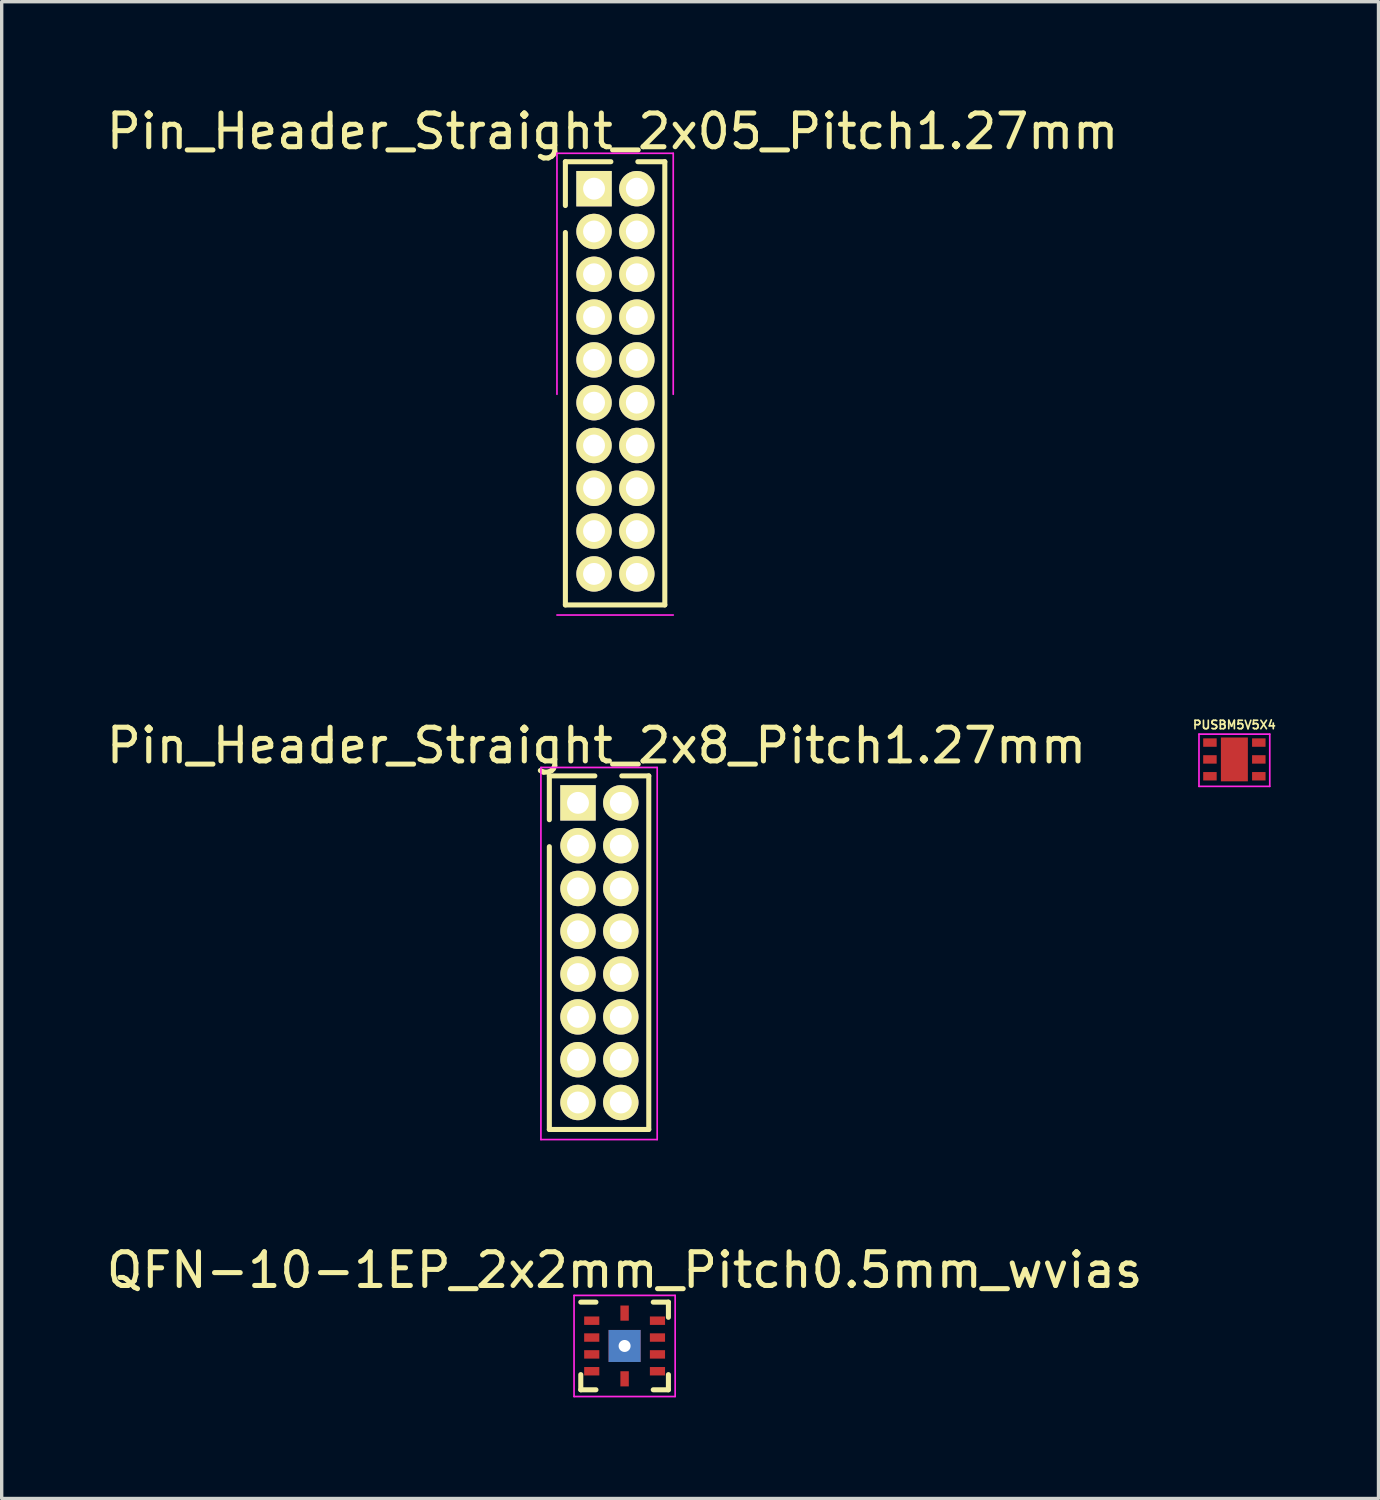
<source format=kicad_pcb>
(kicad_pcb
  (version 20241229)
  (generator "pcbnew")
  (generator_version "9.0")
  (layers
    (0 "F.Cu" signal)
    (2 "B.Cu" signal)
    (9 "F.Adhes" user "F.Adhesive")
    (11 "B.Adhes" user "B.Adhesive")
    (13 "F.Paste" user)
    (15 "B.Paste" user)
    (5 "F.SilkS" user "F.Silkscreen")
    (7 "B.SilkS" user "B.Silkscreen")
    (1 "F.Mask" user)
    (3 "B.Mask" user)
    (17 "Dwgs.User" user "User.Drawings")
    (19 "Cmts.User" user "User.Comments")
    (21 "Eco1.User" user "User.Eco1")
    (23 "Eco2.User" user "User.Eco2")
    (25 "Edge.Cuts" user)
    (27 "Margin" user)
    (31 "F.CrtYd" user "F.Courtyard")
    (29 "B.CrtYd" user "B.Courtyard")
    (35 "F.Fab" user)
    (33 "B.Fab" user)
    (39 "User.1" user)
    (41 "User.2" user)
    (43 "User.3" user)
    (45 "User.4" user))
  (footprint "PUSBM5V5X4"
    (layer "F.Cu")
    (at 33.574 19.482)
    (property "Reference" "PUSBM5V5X4" (at 0 -1.025 0) (layer "F.SilkS") (effects (font (size 0.25 0.25) (thickness 0.05))))
    (attr through_hole)
    (fp_line (start -1.05 -0.75) (end 1.05 -0.75) (stroke (width 0.05) (type solid)) (layer "F.CrtYd"))
    (fp_line (start -1.05 0.8) (end -1.05 -0.75) (stroke (width 0.05) (type solid)) (layer "F.CrtYd"))
    (fp_line (start 1.05 -0.75) (end 1.05 0.8) (stroke (width 0.05) (type solid)) (layer "F.CrtYd"))
    (fp_line (start 1.05 0.8) (end -1.05 0.8) (stroke (width 0.05) (type solid)) (layer "F.CrtYd"))
    (pad "1" smd rect (at -0.725 -0.5) (size 0.4 0.25) (layers "F.Cu" "F.Mask" "F.Paste"))
    (pad "2" smd rect (at -0.725 0) (size 0.4 0.25) (layers "F.Cu" "F.Mask" "F.Paste"))
    (pad "3" smd rect (at -0.725 0.5) (size 0.4 0.25) (layers "F.Cu" "F.Mask" "F.Paste"))
    (pad "4" smd rect (at 0.725 0.5) (size 0.4 0.25) (layers "F.Cu" "F.Mask" "F.Paste"))
    (pad "5" smd rect (at 0.725 0) (size 0.4 0.25) (layers "F.Cu" "F.Mask" "F.Paste"))
    (pad "6" smd rect (at 0.725 -0.5) (size 0.4 0.25) (layers "F.Cu" "F.Mask" "F.Paste"))
    (pad "7" smd rect (at 0 0) (size 0.8 1.3) (layers "F.Cu" "F.Mask" "F.Paste")))
  (footprint "Pin_Header_Straight_2x05_Pitch1.27mm"
    (layer "F.Cu")
    (at 14.575 2.548)
    (property "Reference" "Pin_Header_Straight_2x05_Pitch1.27mm" (at 0.55 -1.7 0) (layer "F.SilkS") (effects (font (size 1 1) (thickness 0.15))))
    (attr through_hole)
    (fp_line (start -0.85 -0.8) (end -0.85 0.5) (stroke (width 0.15) (type solid)) (layer "F.SilkS"))
    (fp_line (start -0.85 12.35) (end -0.85 1.3) (stroke (width 0.15) (type solid)) (layer "F.SilkS"))
    (fp_line (start 0.5 -0.8) (end -0.85 -0.8) (stroke (width 0.15) (type solid)) (layer "F.SilkS"))
    (fp_line (start 2.1 -0.8) (end 1.3 -0.8) (stroke (width 0.15) (type solid)) (layer "F.SilkS"))
    (fp_line (start 2.1 12.35) (end -0.85 12.35) (stroke (width 0.15) (type solid)) (layer "F.SilkS"))
    (fp_line (start 2.1 12.35) (end 2.1 -0.8) (stroke (width 0.15) (type solid)) (layer "F.SilkS"))
    (fp_line (start -1.1 -1.05) (end -1.1 6.1) (stroke (width 0.05) (type solid)) (layer "F.CrtYd"))
    (fp_line (start -1.1 -1.05) (end 2.35 -1.05) (stroke (width 0.05) (type solid)) (layer "F.CrtYd"))
    (fp_line (start -1.1 12.65) (end 2.35 12.65) (stroke (width 0.05) (type solid)) (layer "F.CrtYd"))
    (fp_line (start 2.35 -1.05) (end 2.35 6.1) (stroke (width 0.05) (type solid)) (layer "F.CrtYd"))
    (pad "1" thru_hole rect (at 0 0) (size 1.05 1.05) (drill 0.65) (layers "*.Cu" "*.Mask" "F.SilkS"))
    (pad "2" thru_hole circle (at 1.27 0) (size 1.05 1.05) (drill 0.65) (layers "*.Cu" "*.Mask" "F.SilkS"))
    (pad "3" thru_hole circle (at 0 1.27) (size 1.05 1.05) (drill 0.65) (layers "*.Cu" "*.Mask" "F.SilkS"))
    (pad "4" thru_hole circle (at 1.27 1.27) (size 1.05 1.05) (drill 0.65) (layers "*.Cu" "*.Mask" "F.SilkS"))
    (pad "5" thru_hole circle (at 0 2.54) (size 1.05 1.05) (drill 0.65) (layers "*.Cu" "*.Mask" "F.SilkS"))
    (pad "6" thru_hole circle (at 1.27 2.54) (size 1.05 1.05) (drill 0.65) (layers "*.Cu" "*.Mask" "F.SilkS"))
    (pad "7" thru_hole circle (at 0 3.81) (size 1.05 1.05) (drill 0.65) (layers "*.Cu" "*.Mask" "F.SilkS"))
    (pad "8" thru_hole circle (at 1.27 3.81) (size 1.05 1.05) (drill 0.65) (layers "*.Cu" "*.Mask" "F.SilkS"))
    (pad "9" thru_hole circle (at 0 5.08) (size 1.05 1.05) (drill 0.65) (layers "*.Cu" "*.Mask" "F.SilkS"))
    (pad "10" thru_hole circle (at 1.27 5.08) (size 1.05 1.05) (drill 0.65) (layers "*.Cu" "*.Mask" "F.SilkS"))
    (pad "11" thru_hole oval (at 0 6.35) (size 1.05 1.05) (drill 0.65) (layers "*.Cu" "*.Mask" "F.SilkS"))
    (pad "12" thru_hole circle (at 1.27 6.35) (size 1.05 1.05) (drill 0.65) (layers "*.Cu" "*.Mask" "F.SilkS"))
    (pad "13" thru_hole circle (at 0 7.62) (size 1.05 1.05) (drill 0.65) (layers "*.Cu" "*.Mask" "F.SilkS"))
    (pad "14" thru_hole circle (at 1.27 7.62) (size 1.05 1.05) (drill 0.65) (layers "*.Cu" "*.Mask" "F.SilkS"))
    (pad "15" thru_hole circle (at 0 8.89) (size 1.05 1.05) (drill 0.65) (layers "*.Cu" "*.Mask" "F.SilkS"))
    (pad "16" thru_hole circle (at 1.27 8.89) (size 1.05 1.05) (drill 0.65) (layers "*.Cu" "*.Mask" "F.SilkS"))
    (pad "17" thru_hole circle (at 0 10.16) (size 1.05 1.05) (drill 0.65) (layers "*.Cu" "*.Mask" "F.SilkS"))
    (pad "18" thru_hole circle (at 1.27 10.16) (size 1.05 1.05) (drill 0.65) (layers "*.Cu" "*.Mask" "F.SilkS"))
    (pad "19" thru_hole circle (at 0 11.43) (size 1.05 1.05) (drill 0.65) (layers "*.Cu" "*.Mask" "F.SilkS"))
    (pad "20" thru_hole circle (at 1.27 11.43) (size 1.05 1.05) (drill 0.65) (layers "*.Cu" "*.Mask" "F.SilkS")))
  (footprint "Pin_Header_Straight_2x8_Pitch1.27mm"
    (layer "F.Cu")
    (at 14.099 20.771)
    (property "Reference" "Pin_Header_Straight_2x8_Pitch1.27mm" (at 0.55 -1.7 0) (layer "F.SilkS") (effects (font (size 1 1) (thickness 0.15))))
    (attr through_hole)
    (fp_line (start -0.85 -0.8) (end -0.85 0.5) (stroke (width 0.15) (type solid)) (layer "F.SilkS"))
    (fp_line (start -0.85 9.69) (end -0.85 1.3) (stroke (width 0.15) (type solid)) (layer "F.SilkS"))
    (fp_line (start 0.5 -0.8) (end -0.85 -0.8) (stroke (width 0.15) (type solid)) (layer "F.SilkS"))
    (fp_line (start 2.1 -0.8) (end 1.3 -0.8) (stroke (width 0.15) (type solid)) (layer "F.SilkS"))
    (fp_line (start 2.1 9.69) (end -0.85 9.69) (stroke (width 0.15) (type solid)) (layer "F.SilkS"))
    (fp_line (start 2.1 9.69) (end 2.1 -0.8) (stroke (width 0.15) (type solid)) (layer "F.SilkS"))
    (fp_line (start -1.1 -1.05) (end -1.1 9.99) (stroke (width 0.05) (type solid)) (layer "F.CrtYd"))
    (fp_line (start -1.1 -1.05) (end 2.35 -1.05) (stroke (width 0.05) (type solid)) (layer "F.CrtYd"))
    (fp_line (start -1.1 9.99) (end 2.35 9.99) (stroke (width 0.05) (type solid)) (layer "F.CrtYd"))
    (fp_line (start 2.35 -1.05) (end 2.35 9.99) (stroke (width 0.05) (type solid)) (layer "F.CrtYd"))
    (pad "1" thru_hole rect (at 0 0) (size 1.05 1.05) (drill 0.65) (layers "*.Cu" "*.Mask" "F.SilkS"))
    (pad "2" thru_hole circle (at 1.27 0) (size 1.05 1.05) (drill 0.65) (layers "*.Cu" "*.Mask" "F.SilkS"))
    (pad "3" thru_hole circle (at 0 1.27) (size 1.05 1.05) (drill 0.65) (layers "*.Cu" "*.Mask" "F.SilkS"))
    (pad "4" thru_hole circle (at 1.27 1.27) (size 1.05 1.05) (drill 0.65) (layers "*.Cu" "*.Mask" "F.SilkS"))
    (pad "5" thru_hole circle (at 0 2.54) (size 1.05 1.05) (drill 0.65) (layers "*.Cu" "*.Mask" "F.SilkS"))
    (pad "6" thru_hole circle (at 1.27 2.54) (size 1.05 1.05) (drill 0.65) (layers "*.Cu" "*.Mask" "F.SilkS"))
    (pad "7" thru_hole circle (at 0 3.81) (size 1.05 1.05) (drill 0.65) (layers "*.Cu" "*.Mask" "F.SilkS"))
    (pad "8" thru_hole circle (at 1.27 3.81) (size 1.05 1.05) (drill 0.65) (layers "*.Cu" "*.Mask" "F.SilkS"))
    (pad "9" thru_hole circle (at 0 5.08) (size 1.05 1.05) (drill 0.65) (layers "*.Cu" "*.Mask" "F.SilkS"))
    (pad "10" thru_hole circle (at 1.27 5.08) (size 1.05 1.05) (drill 0.65) (layers "*.Cu" "*.Mask" "F.SilkS"))
    (pad "11" thru_hole oval (at 0 6.35) (size 1.05 1.05) (drill 0.65) (layers "*.Cu" "*.Mask" "F.SilkS"))
    (pad "12" thru_hole circle (at 1.27 6.35) (size 1.05 1.05) (drill 0.65) (layers "*.Cu" "*.Mask" "F.SilkS"))
    (pad "13" thru_hole circle (at 0 7.62) (size 1.05 1.05) (drill 0.65) (layers "*.Cu" "*.Mask" "F.SilkS"))
    (pad "14" thru_hole circle (at 1.27 7.62) (size 1.05 1.05) (drill 0.65) (layers "*.Cu" "*.Mask" "F.SilkS"))
    (pad "15" thru_hole circle (at 0 8.89) (size 1.05 1.05) (drill 0.65) (layers "*.Cu" "*.Mask" "F.SilkS"))
    (pad "16" thru_hole circle (at 1.27 8.89) (size 1.05 1.05) (drill 0.65) (layers "*.Cu" "*.Mask" "F.SilkS")))
  (footprint "QFN-10-1EP_2x2mm_Pitch0.5mm_wvias"
    (layer "F.Cu")
    (at 15.482 36.885)
    (property "Reference" "QFN-10-1EP_2x2mm_Pitch0.5mm_wvias" (at 0 -2.25 0) (layer "F.SilkS") (effects (font (size 1 1) (thickness 0.15))))
    (attr smd)
    (fp_line (start -1.3 -1.3) (end -0.85 -1.3) (stroke (width 0.15) (type solid)) (layer "F.SilkS"))
    (fp_line (start -1.3 1.3) (end -1.3 0.85) (stroke (width 0.15) (type solid)) (layer "F.SilkS"))
    (fp_line (start -1.3 1.3) (end -0.85 1.3) (stroke (width 0.15) (type solid)) (layer "F.SilkS"))
    (fp_line (start 1.3 -1.3) (end 0.85 -1.3) (stroke (width 0.15) (type solid)) (layer "F.SilkS"))
    (fp_line (start 1.3 -1.3) (end 1.3 -0.85) (stroke (width 0.15) (type solid)) (layer "F.SilkS"))
    (fp_line (start 1.3 1.3) (end 0.85 1.3) (stroke (width 0.15) (type solid)) (layer "F.SilkS"))
    (fp_line (start 1.3 1.3) (end 1.3 0.85) (stroke (width 0.15) (type solid)) (layer "F.SilkS"))
    (fp_line (start -1.5 -1.5) (end -1.5 1.5) (stroke (width 0.05) (type solid)) (layer "F.CrtYd"))
    (fp_line (start -1.5 -1.5) (end 1.5 -1.5) (stroke (width 0.05) (type solid)) (layer "F.CrtYd"))
    (fp_line (start -1.5 1.5) (end 1.5 1.5) (stroke (width 0.05) (type solid)) (layer "F.CrtYd"))
    (fp_line (start 1.5 -1.5) (end 1.5 1.5) (stroke (width 0.05) (type solid)) (layer "F.CrtYd"))
    (pad "1" smd rect (at -0.975 -0.75) (size 0.45 0.25) (layers "F.Cu" "F.Mask" "F.Paste"))
    (pad "2" smd rect (at -0.975 -0.25) (size 0.45 0.25) (layers "F.Cu" "F.Mask" "F.Paste"))
    (pad "3" smd rect (at -0.975 0.25) (size 0.45 0.25) (layers "F.Cu" "F.Mask" "F.Paste"))
    (pad "4" smd rect (at -0.975 0.75) (size 0.45 0.25) (layers "F.Cu" "F.Mask" "F.Paste"))
    (pad "5" smd rect (at 0 0.975 90) (size 0.45 0.25) (layers "F.Cu" "F.Mask" "F.Paste"))
    (pad "6" smd rect (at 0.975 0.75) (size 0.45 0.25) (layers "F.Cu" "F.Mask" "F.Paste"))
    (pad "7" smd rect (at 0.975 0.25) (size 0.45 0.25) (layers "F.Cu" "F.Mask" "F.Paste"))
    (pad "8" smd rect (at 0.975 -0.25) (size 0.45 0.25) (layers "F.Cu" "F.Mask" "F.Paste"))
    (pad "9" smd rect (at 0.975 -0.75) (size 0.45 0.25) (layers "F.Cu" "F.Mask" "F.Paste"))
    (pad "10" smd rect (at 0 -0.975 90) (size 0.45 0.25) (layers "F.Cu" "F.Mask" "F.Paste"))
    (pad "11" thru_hole rect (at 0 0) (size 0.95 0.95) (drill 0.356) (layers "*.Cu" "*.Mask" "F.Paste")))
  (gr_rect
    (start -3 -3)
    (end 37.85 41.41)
    (stroke (width 0.1) (type default))
    (fill no)
    (layer "Edge.Cuts")))
</source>
